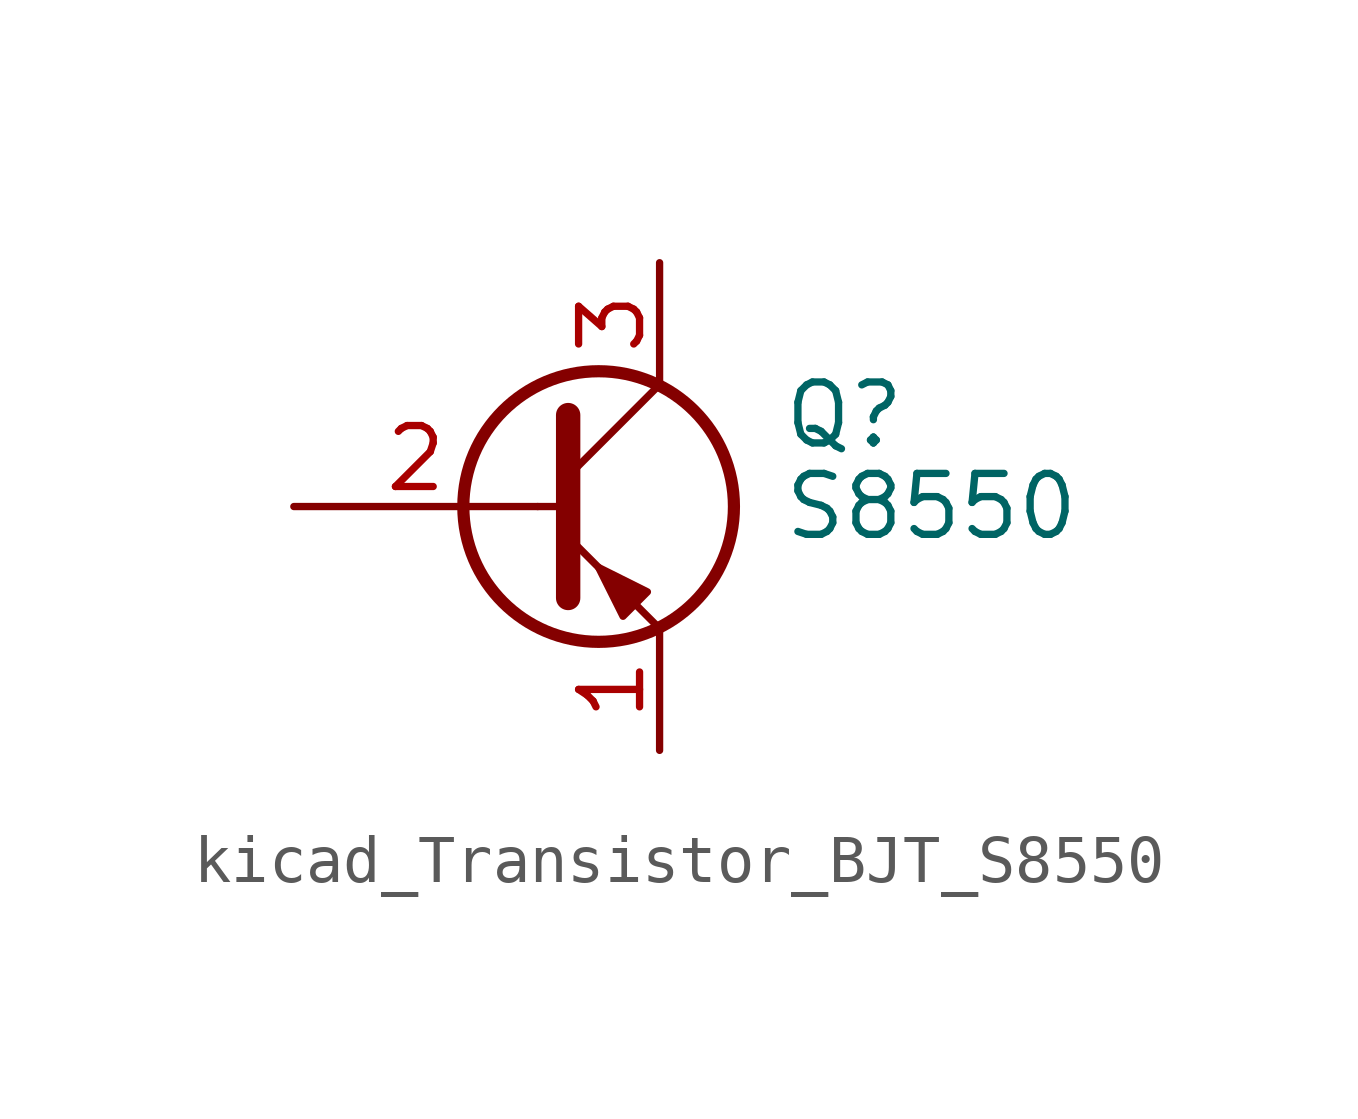
<source format=kicad_sym>
(kicad_symbol_lib
  (version 20220914)
  (generator kicad_symbol_editor)
  (symbol "kicad_Transistor_BJT_S8550"
    (pin_names
      (offset 0) hide)
    (property "Reference" "Q"
      (at 5.08 1.905 0)
      (effects (font (size 1.27 1.27)) (justify left)))
    (property "Value" "S8550"
      (at 5.08 0 0)
      (effects (font (size 1.27 1.27)) (justify left)))
    (symbol "kicad_Transistor_BJT_S8550_0_1"
      (polyline (pts (xy 0 0) (xy 0.635 0)) (stroke (width 0) (type default)) (fill (type none)))
      (polyline (pts (xy 2.54 -2.54) (xy 0.635 -0.635)) (stroke (width 0) (type default)) (fill (type none)))
      (polyline (pts (xy 2.54 2.54) (xy 0.635 0.635)) (stroke (width 0) (type default)) (fill (type none)))
      (polyline (pts (xy 0.635 1.905) (xy 0.635 -1.905) (xy 0.635 -1.905)) (stroke (width 0.508) (type default)) (fill (type outline)))
      (polyline (pts (xy 1.778 -2.286) (xy 2.286 -1.778) (xy 1.27 -1.27) (xy 1.778 -2.286) (xy 1.778 -2.286)) (stroke (width 0) (type default)) (fill (type outline)))
      (circle (center 1.27 0) (radius 2.819) (stroke (width 0.254) (type default)) (fill (type none))))
    (symbol "kicad_Transistor_BJT_S8550_1_1"
      (pin passive line (at 2.54 -5.08 90) (length 2.54) (name "E" (effects (font (size 1.27 1.27)))) (number "1" (effects (font (size 1.27 1.27)))))
      (pin input line (at -5.08 0 0) (length 5.08) (name "B" (effects (font (size 1.27 1.27)))) (number "2" (effects (font (size 1.27 1.27)))))
      (pin passive line (at 2.54 5.08 270) (length 2.54) (name "C" (effects (font (size 1.27 1.27)))) (number "3" (effects (font (size 1.27 1.27))))))))
</source>
